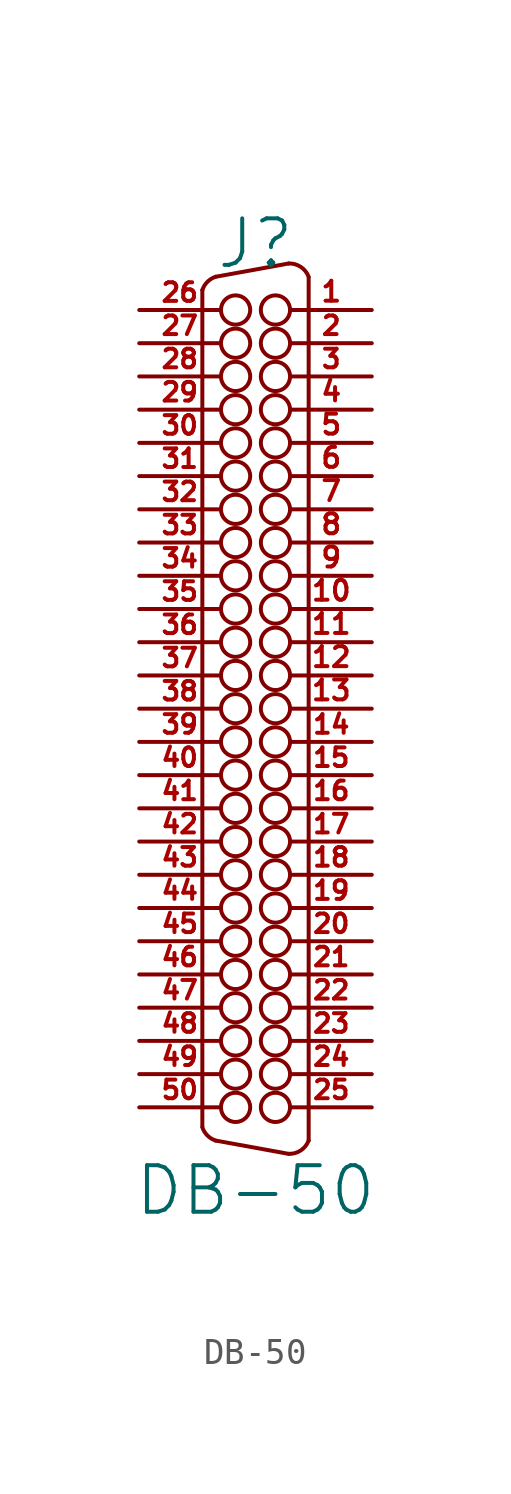
<source format=kicad_sym>
(kicad_symbol_lib
  (version 20211014)
  (generator kicad_symbol_editor)
  (symbol "DB-50"
    (pin_names
      (offset 1.016) hide)
    (property "Reference" "J"
      (at 0 17.78 0)
      (effects (font (size 1.778 1.778))))
    (property "Value" "DB-50"
      (at 0 -18.415 0)
      (effects (font (size 1.778 1.778))))
    (property "Footprint" ""
      (at 0 0 0)
      (effects (font (size 1.524 1.524))))
    (property "Datasheet" ""
      (at 0 0 0)
      (effects (font (size 1.524 1.524))))
    (symbol "DB-50_0_1"
      (arc (start -2.032 -16.002) (mid -1.838 -16.316) (end -1.524 -16.51) (stroke (width 0) (type default) (color 0 0 0 0)) (fill (type none)))
      (arc (start -1.524 16.51) (mid -1.838 16.316) (end -2.032 16.002) (stroke (width 0) (type default) (color 0 0 0 0)) (fill (type none)))
      (circle (center -0.762 -15.24) (radius 0.559) (stroke (width 0) (type default) (color 0 0 0 0)) (fill (type none)))
      (circle (center -0.762 -13.97) (radius 0.559) (stroke (width 0) (type default) (color 0 0 0 0)) (fill (type none)))
      (circle (center -0.762 -12.7) (radius 0.559) (stroke (width 0) (type default) (color 0 0 0 0)) (fill (type none)))
      (circle (center -0.762 -11.43) (radius 0.559) (stroke (width 0) (type default) (color 0 0 0 0)) (fill (type none)))
      (circle (center -0.762 -10.16) (radius 0.559) (stroke (width 0) (type default) (color 0 0 0 0)) (fill (type none)))
      (circle (center -0.762 -8.89) (radius 0.559) (stroke (width 0) (type default) (color 0 0 0 0)) (fill (type none)))
      (circle (center -0.762 -7.62) (radius 0.559) (stroke (width 0) (type default) (color 0 0 0 0)) (fill (type none)))
      (circle (center -0.762 -6.35) (radius 0.559) (stroke (width 0) (type default) (color 0 0 0 0)) (fill (type none)))
      (circle (center -0.762 -5.08) (radius 0.559) (stroke (width 0) (type default) (color 0 0 0 0)) (fill (type none)))
      (circle (center -0.762 -3.81) (radius 0.559) (stroke (width 0) (type default) (color 0 0 0 0)) (fill (type none)))
      (circle (center -0.762 -2.54) (radius 0.559) (stroke (width 0) (type default) (color 0 0 0 0)) (fill (type none)))
      (circle (center -0.762 -1.27) (radius 0.559) (stroke (width 0) (type default) (color 0 0 0 0)) (fill (type none)))
      (circle (center -0.762 0) (radius 0.559) (stroke (width 0) (type default) (color 0 0 0 0)) (fill (type none)))
      (circle (center -0.762 1.27) (radius 0.559) (stroke (width 0) (type default) (color 0 0 0 0)) (fill (type none)))
      (circle (center -0.762 2.54) (radius 0.559) (stroke (width 0) (type default) (color 0 0 0 0)) (fill (type none)))
      (circle (center -0.762 3.81) (radius 0.559) (stroke (width 0) (type default) (color 0 0 0 0)) (fill (type none)))
      (circle (center -0.762 5.08) (radius 0.559) (stroke (width 0) (type default) (color 0 0 0 0)) (fill (type none)))
      (circle (center -0.762 6.35) (radius 0.559) (stroke (width 0) (type default) (color 0 0 0 0)) (fill (type none)))
      (circle (center -0.762 7.62) (radius 0.559) (stroke (width 0) (type default) (color 0 0 0 0)) (fill (type none)))
      (circle (center -0.762 8.89) (radius 0.559) (stroke (width 0) (type default) (color 0 0 0 0)) (fill (type none)))
      (circle (center -0.762 10.16) (radius 0.559) (stroke (width 0) (type default) (color 0 0 0 0)) (fill (type none)))
      (circle (center -0.762 11.43) (radius 0.559) (stroke (width 0) (type default) (color 0 0 0 0)) (fill (type none)))
      (circle (center -0.762 12.7) (radius 0.559) (stroke (width 0) (type default) (color 0 0 0 0)) (fill (type none)))
      (circle (center -0.762 13.97) (radius 0.559) (stroke (width 0) (type default) (color 0 0 0 0)) (fill (type none)))
      (circle (center -0.762 15.24) (radius 0.559) (stroke (width 0) (type default) (color 0 0 0 0)) (fill (type none)))
      (polyline (pts (xy -2.032 16.002) (xy -2.032 -15.977)) (stroke (width 0) (type default) (color 0 0 0 0)) (fill (type none)))
      (polyline (pts (xy 2.032 -16.51) (xy 2.032 16.485)) (stroke (width 0) (type default) (color 0 0 0 0)) (fill (type none)))
      (polyline (pts (xy -1.524 -16.51) (xy 1.27 -17.018) (xy 1.27 -17.018)) (stroke (width 0) (type default) (color 0 0 0 0)) (fill (type none)))
      (polyline (pts (xy -1.524 16.51) (xy 1.27 17.018) (xy 1.27 17.018)) (stroke (width 0) (type default) (color 0 0 0 0)) (fill (type none)))
      (circle (center 0.762 -15.24) (radius 0.559) (stroke (width 0) (type default) (color 0 0 0 0)) (fill (type none)))
      (circle (center 0.762 -13.97) (radius 0.559) (stroke (width 0) (type default) (color 0 0 0 0)) (fill (type none)))
      (circle (center 0.762 -12.7) (radius 0.559) (stroke (width 0) (type default) (color 0 0 0 0)) (fill (type none)))
      (circle (center 0.762 -11.43) (radius 0.559) (stroke (width 0) (type default) (color 0 0 0 0)) (fill (type none)))
      (circle (center 0.762 -10.16) (radius 0.559) (stroke (width 0) (type default) (color 0 0 0 0)) (fill (type none)))
      (circle (center 0.762 -8.89) (radius 0.559) (stroke (width 0) (type default) (color 0 0 0 0)) (fill (type none)))
      (circle (center 0.762 -7.62) (radius 0.559) (stroke (width 0) (type default) (color 0 0 0 0)) (fill (type none)))
      (circle (center 0.762 -6.35) (radius 0.559) (stroke (width 0) (type default) (color 0 0 0 0)) (fill (type none)))
      (circle (center 0.762 -5.08) (radius 0.559) (stroke (width 0) (type default) (color 0 0 0 0)) (fill (type none)))
      (circle (center 0.762 -3.81) (radius 0.559) (stroke (width 0) (type default) (color 0 0 0 0)) (fill (type none)))
      (circle (center 0.762 -2.54) (radius 0.559) (stroke (width 0) (type default) (color 0 0 0 0)) (fill (type none)))
      (circle (center 0.762 -1.27) (radius 0.559) (stroke (width 0) (type default) (color 0 0 0 0)) (fill (type none)))
      (circle (center 0.762 0) (radius 0.559) (stroke (width 0) (type default) (color 0 0 0 0)) (fill (type none)))
      (circle (center 0.762 1.27) (radius 0.559) (stroke (width 0) (type default) (color 0 0 0 0)) (fill (type none)))
      (circle (center 0.762 2.54) (radius 0.559) (stroke (width 0) (type default) (color 0 0 0 0)) (fill (type none)))
      (circle (center 0.762 3.81) (radius 0.559) (stroke (width 0) (type default) (color 0 0 0 0)) (fill (type none)))
      (circle (center 0.762 5.08) (radius 0.559) (stroke (width 0) (type default) (color 0 0 0 0)) (fill (type none)))
      (circle (center 0.762 6.35) (radius 0.559) (stroke (width 0) (type default) (color 0 0 0 0)) (fill (type none)))
      (circle (center 0.762 7.62) (radius 0.559) (stroke (width 0) (type default) (color 0 0 0 0)) (fill (type none)))
      (circle (center 0.762 8.89) (radius 0.559) (stroke (width 0) (type default) (color 0 0 0 0)) (fill (type none)))
      (circle (center 0.762 10.16) (radius 0.559) (stroke (width 0) (type default) (color 0 0 0 0)) (fill (type none)))
      (circle (center 0.762 11.43) (radius 0.559) (stroke (width 0) (type default) (color 0 0 0 0)) (fill (type none)))
      (circle (center 0.762 12.7) (radius 0.559) (stroke (width 0) (type default) (color 0 0 0 0)) (fill (type none)))
      (circle (center 0.762 13.97) (radius 0.559) (stroke (width 0) (type default) (color 0 0 0 0)) (fill (type none)))
      (circle (center 0.762 15.24) (radius 0.559) (stroke (width 0) (type default) (color 0 0 0 0)) (fill (type none)))
      (arc (start 1.27 -17.018) (mid 1.7324 -16.8861) (end 2.032 -16.51) (stroke (width 0) (type default) (color 0 0 0 0)) (fill (type none)))
      (arc (start 2.032 16.51) (mid 1.7324 16.8861) (end 1.27 17.018) (stroke (width 0) (type default) (color 0 0 0 0)) (fill (type none))))
    (symbol "DB-50_1_1"
      (pin passive line (at 4.445 15.24 180) (length 3.099) (name "~" (effects (font (size 0.762 0.762)))) (number "1" (effects (font (size 0.762 0.762)))))
      (pin passive line (at 4.445 3.81 180) (length 3.099) (name "~" (effects (font (size 0.762 0.762)))) (number "10" (effects (font (size 0.762 0.762)))))
      (pin passive line (at 4.445 2.54 180) (length 3.099) (name "~" (effects (font (size 0.762 0.762)))) (number "11" (effects (font (size 0.762 0.762)))))
      (pin passive line (at 4.445 1.27 180) (length 3.099) (name "~" (effects (font (size 0.762 0.762)))) (number "12" (effects (font (size 0.762 0.762)))))
      (pin passive line (at 4.445 0 180) (length 3.099) (name "~" (effects (font (size 0.762 0.762)))) (number "13" (effects (font (size 0.762 0.762)))))
      (pin passive line (at 4.445 -1.27 180) (length 3.099) (name "~" (effects (font (size 0.711 0.711)))) (number "14" (effects (font (size 0.711 0.711)))))
      (pin passive line (at 4.445 -2.54 180) (length 3.099) (name "~" (effects (font (size 0.711 0.711)))) (number "15" (effects (font (size 0.711 0.711)))))
      (pin passive line (at 4.445 -3.81 180) (length 3.099) (name "~" (effects (font (size 0.711 0.711)))) (number "16" (effects (font (size 0.711 0.711)))))
      (pin passive line (at 4.445 -5.08 180) (length 3.099) (name "~" (effects (font (size 0.711 0.711)))) (number "17" (effects (font (size 0.711 0.711)))))
      (pin passive line (at 4.445 -6.35 180) (length 3.099) (name "~" (effects (font (size 0.711 0.711)))) (number "18" (effects (font (size 0.711 0.711)))))
      (pin passive line (at 4.445 -7.62 180) (length 3.099) (name "~" (effects (font (size 0.711 0.711)))) (number "19" (effects (font (size 0.711 0.711)))))
      (pin passive line (at 4.445 13.97 180) (length 3.099) (name "~" (effects (font (size 0.711 0.711)))) (number "2" (effects (font (size 0.711 0.711)))))
      (pin passive line (at 4.445 -8.89 180) (length 3.099) (name "~" (effects (font (size 0.711 0.711)))) (number "20" (effects (font (size 0.711 0.711)))))
      (pin passive line (at 4.445 -10.16 180) (length 3.099) (name "~" (effects (font (size 0.711 0.711)))) (number "21" (effects (font (size 0.711 0.711)))))
      (pin passive line (at 4.445 -11.43 180) (length 3.099) (name "~" (effects (font (size 0.711 0.711)))) (number "22" (effects (font (size 0.711 0.711)))))
      (pin passive line (at 4.445 -12.7 180) (length 3.099) (name "~" (effects (font (size 0.711 0.711)))) (number "23" (effects (font (size 0.711 0.711)))))
      (pin passive line (at 4.445 -13.97 180) (length 3.099) (name "~" (effects (font (size 0.711 0.711)))) (number "24" (effects (font (size 0.711 0.711)))))
      (pin passive line (at 4.445 -15.24 180) (length 3.099) (name "~" (effects (font (size 0.711 0.711)))) (number "25" (effects (font (size 0.711 0.711)))))
      (pin passive line (at -4.445 15.24 0) (length 3.099) (name "~" (effects (font (size 0.711 0.711)))) (number "26" (effects (font (size 0.711 0.711)))))
      (pin passive line (at -4.445 13.97 0) (length 3.099) (name "~" (effects (font (size 0.711 0.711)))) (number "27" (effects (font (size 0.711 0.711)))))
      (pin passive line (at -4.445 12.7 0) (length 3.099) (name "~" (effects (font (size 0.711 0.711)))) (number "28" (effects (font (size 0.711 0.711)))))
      (pin passive line (at -4.445 11.43 0) (length 3.099) (name "~" (effects (font (size 0.711 0.711)))) (number "29" (effects (font (size 0.711 0.711)))))
      (pin passive line (at 4.445 12.7 180) (length 3.099) (name "~" (effects (font (size 0.711 0.711)))) (number "3" (effects (font (size 0.711 0.711)))))
      (pin passive line (at -4.445 10.16 0) (length 3.099) (name "~" (effects (font (size 0.711 0.711)))) (number "30" (effects (font (size 0.711 0.711)))))
      (pin passive line (at -4.445 8.89 0) (length 3.099) (name "~" (effects (font (size 0.711 0.711)))) (number "31" (effects (font (size 0.711 0.711)))))
      (pin passive line (at -4.445 7.62 0) (length 3.099) (name "~" (effects (font (size 0.711 0.711)))) (number "32" (effects (font (size 0.711 0.711)))))
      (pin passive line (at -4.445 6.35 0) (length 3.099) (name "~" (effects (font (size 0.711 0.711)))) (number "33" (effects (font (size 0.711 0.711)))))
      (pin passive line (at -4.445 5.08 0) (length 3.099) (name "~" (effects (font (size 0.711 0.711)))) (number "34" (effects (font (size 0.711 0.711)))))
      (pin passive line (at -4.445 3.81 0) (length 3.099) (name "~" (effects (font (size 0.711 0.711)))) (number "35" (effects (font (size 0.711 0.711)))))
      (pin passive line (at -4.445 2.54 0) (length 3.099) (name "~" (effects (font (size 0.711 0.711)))) (number "36" (effects (font (size 0.711 0.711)))))
      (pin passive line (at -4.445 1.27 0) (length 3.099) (name "~" (effects (font (size 0.711 0.711)))) (number "37" (effects (font (size 0.711 0.711)))))
      (pin passive line (at -4.445 0 0) (length 3.099) (name "~" (effects (font (size 0.711 0.711)))) (number "38" (effects (font (size 0.711 0.711)))))
      (pin passive line (at -4.445 -1.27 0) (length 3.099) (name "~" (effects (font (size 0.711 0.711)))) (number "39" (effects (font (size 0.711 0.711)))))
      (pin passive line (at 4.445 11.43 180) (length 3.099) (name "~" (effects (font (size 0.762 0.762)))) (number "4" (effects (font (size 0.762 0.762)))))
      (pin passive line (at -4.445 -2.54 0) (length 3.099) (name "~" (effects (font (size 0.711 0.711)))) (number "40" (effects (font (size 0.711 0.711)))))
      (pin passive line (at -4.445 -3.81 0) (length 3.099) (name "~" (effects (font (size 0.711 0.711)))) (number "41" (effects (font (size 0.711 0.711)))))
      (pin passive line (at -4.445 -5.08 0) (length 3.099) (name "~" (effects (font (size 0.711 0.711)))) (number "42" (effects (font (size 0.711 0.711)))))
      (pin passive line (at -4.445 -6.35 0) (length 3.099) (name "~" (effects (font (size 0.711 0.711)))) (number "43" (effects (font (size 0.711 0.711)))))
      (pin passive line (at -4.445 -7.62 0) (length 3.099) (name "~" (effects (font (size 0.711 0.711)))) (number "44" (effects (font (size 0.711 0.711)))))
      (pin passive line (at -4.445 -8.89 0) (length 3.099) (name "~" (effects (font (size 0.711 0.711)))) (number "45" (effects (font (size 0.711 0.711)))))
      (pin passive line (at -4.445 -10.16 0) (length 3.099) (name "~" (effects (font (size 0.711 0.711)))) (number "46" (effects (font (size 0.711 0.711)))))
      (pin passive line (at -4.445 -11.43 0) (length 3.099) (name "~" (effects (font (size 0.711 0.711)))) (number "47" (effects (font (size 0.711 0.711)))))
      (pin passive line (at -4.445 -12.7 0) (length 3.099) (name "~" (effects (font (size 0.711 0.711)))) (number "48" (effects (font (size 0.711 0.711)))))
      (pin passive line (at -4.445 -13.97 0) (length 3.099) (name "~" (effects (font (size 0.711 0.711)))) (number "49" (effects (font (size 0.711 0.711)))))
      (pin passive line (at 4.445 10.16 180) (length 3.099) (name "~" (effects (font (size 0.762 0.762)))) (number "5" (effects (font (size 0.762 0.762)))))
      (pin passive line (at -4.445 -15.24 0) (length 3.099) (name "~" (effects (font (size 0.711 0.711)))) (number "50" (effects (font (size 0.711 0.711)))))
      (pin passive line (at 4.445 8.89 180) (length 3.099) (name "~" (effects (font (size 0.762 0.762)))) (number "6" (effects (font (size 0.762 0.762)))))
      (pin passive line (at 4.445 7.62 180) (length 3.099) (name "~" (effects (font (size 0.762 0.762)))) (number "7" (effects (font (size 0.762 0.762)))))
      (pin passive line (at 4.445 6.35 180) (length 3.099) (name "~" (effects (font (size 0.762 0.762)))) (number "8" (effects (font (size 0.762 0.762)))))
      (pin passive line (at 4.445 5.08 180) (length 3.099) (name "~" (effects (font (size 0.762 0.762)))) (number "9" (effects (font (size 0.762 0.762))))))))
</source>
